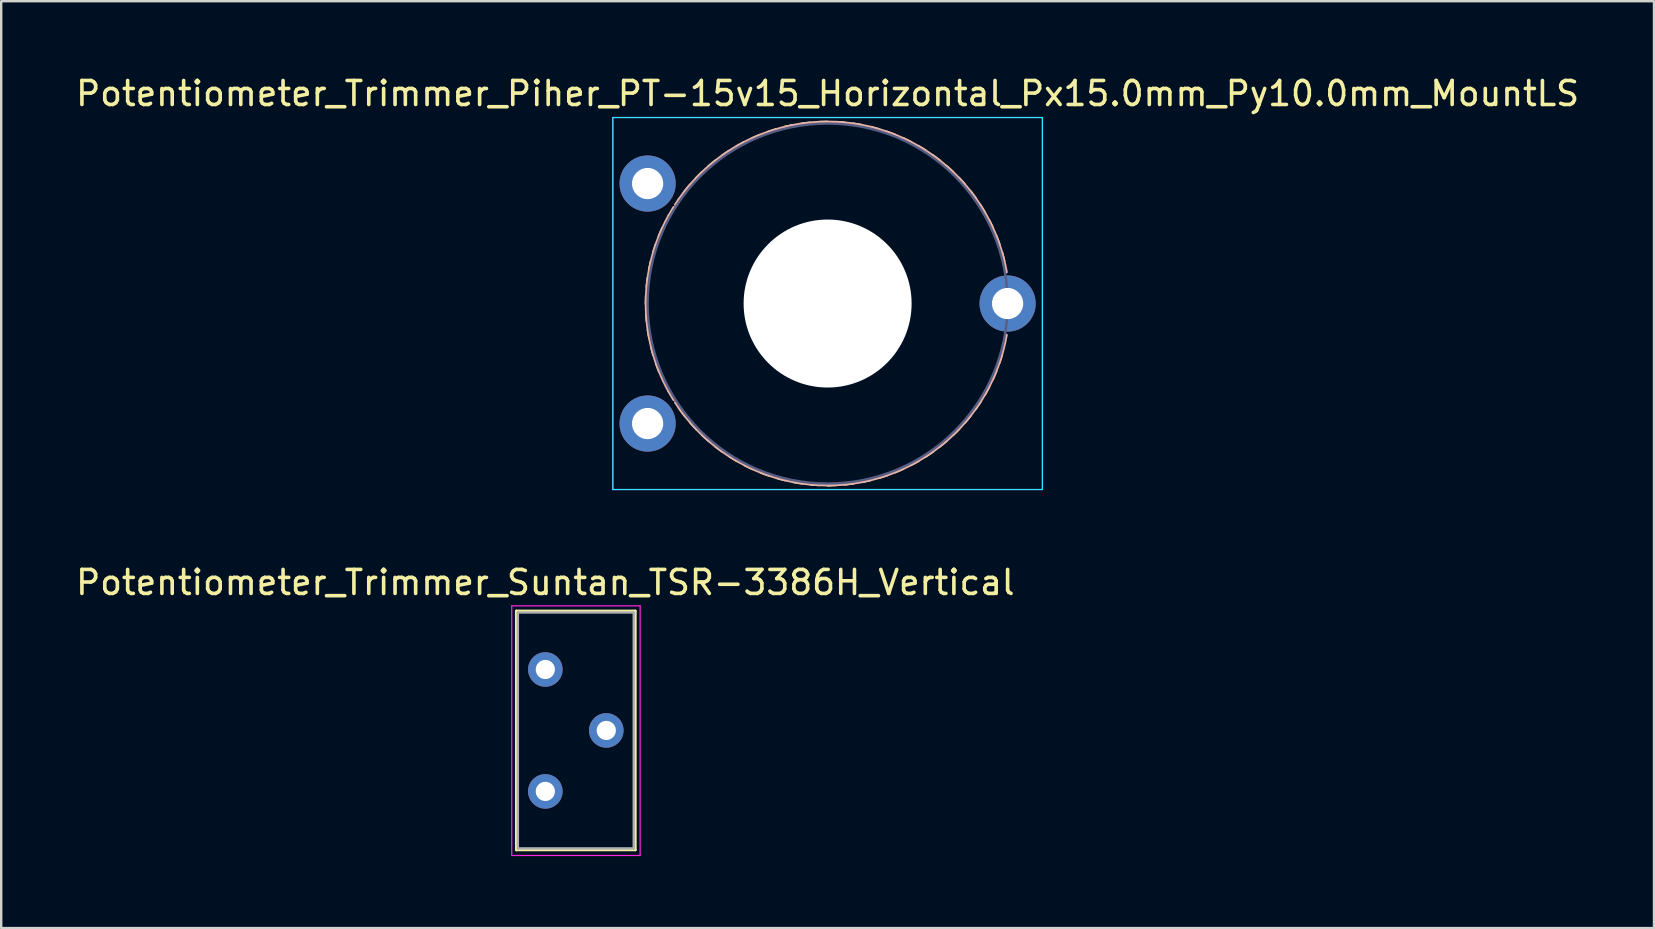
<source format=kicad_pcb>
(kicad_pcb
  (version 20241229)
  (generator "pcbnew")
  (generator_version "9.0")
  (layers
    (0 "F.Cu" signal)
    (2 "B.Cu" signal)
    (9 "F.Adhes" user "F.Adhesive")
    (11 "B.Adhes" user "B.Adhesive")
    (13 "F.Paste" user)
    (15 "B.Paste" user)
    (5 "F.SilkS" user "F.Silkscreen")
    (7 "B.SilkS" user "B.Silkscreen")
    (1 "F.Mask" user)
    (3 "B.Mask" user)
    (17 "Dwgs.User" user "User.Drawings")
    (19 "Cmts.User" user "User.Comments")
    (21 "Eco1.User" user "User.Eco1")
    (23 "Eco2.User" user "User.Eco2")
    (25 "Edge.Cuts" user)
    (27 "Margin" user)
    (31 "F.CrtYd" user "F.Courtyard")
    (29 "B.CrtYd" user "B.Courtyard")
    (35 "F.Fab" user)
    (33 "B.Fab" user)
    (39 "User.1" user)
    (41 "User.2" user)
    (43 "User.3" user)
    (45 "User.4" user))
  (footprint "Potentiometer_Trimmer_Piher_PT-15v15_Horizontal_Px15.0mm_Py10.0mm_MountLS"
    (layer "F.Cu")
    (at 23.935 14.598)
    (property "Reference" "Potentiometer_Trimmer_Piher_PT-15v15_Horizontal_Px15.0mm_Py10.0mm_MountLS" (at 7.5 -13.75 0) (layer "F.SilkS") (effects (font (size 1 1) (thickness 0.15))))
    (attr through_hole)
    (fp_arc (start -0.060867 -4.988822) (mid -0.059032 -5.166957) (end -0.053 -5.345) (stroke (width 0.12) (type solid)) (layer "F.SilkS"))
    (fp_arc (start -0.026718 -5.708229) (mid -0.007943 -5.88536) (end 0.015 -6.062) (stroke (width 0.12) (type solid)) (layer "F.SilkS"))
    (fp_arc (start -0.024953 -4.269715) (mid -0.04007 -4.447204) (end -0.051 -4.625) (stroke (width 0.12) (type solid)) (layer "F.SilkS"))
    (fp_arc (start 0.074828 -6.420804) (mid 0.110363 -6.595345) (end 0.15 -6.769) (stroke (width 0.12) (type solid)) (layer "F.SilkS"))
    (fp_arc (start 0.079697 -3.557855) (mid 0.04778 -3.733076) (end 0.02 -3.909) (stroke (width 0.12) (type solid)) (layer "F.SilkS"))
    (fp_arc (start 0.244053 -7.120552) (mid 0.296027 -7.290912) (end 0.352 -7.46) (stroke (width 0.12) (type solid)) (layer "F.SilkS"))
    (fp_arc (start 0.249802 -2.859092) (mid 0.201375 -3.030499) (end 0.157 -3.203) (stroke (width 0.12) (type solid)) (layer "F.SilkS"))
    (fp_arc (start 0.478291 -7.800341) (mid 0.546215 -7.964993) (end 0.618 -8.128) (stroke (width 0.12) (type solid)) (layer "F.SilkS"))
    (fp_arc (start 0.486126 -2.178469) (mid 0.421598 -2.344497) (end 0.361 -2.512) (stroke (width 0.12) (type solid)) (layer "F.SilkS"))
    (fp_arc (start 1.552598 -9.666019) (mid 1.664179 -9.804843) (end 1.779 -9.941) (stroke (width 0.12) (type solid)) (layer "F.SilkS"))
    (fp_arc (start 1.566046 -0.316273) (mid 1.457346 -0.457376) (end 1.352 -0.601) (stroke (width 0.12) (type solid)) (layer "F.SilkS"))
    (fp_arc (start 2.023411 -10.211803) (mid 2.14772 -10.339383) (end 2.275 -10.464) (stroke (width 0.12) (type solid)) (layer "F.SilkS"))
    (fp_arc (start 2.038166 0.22709) (mid 1.916533 0.09696) (end 1.798 -0.036) (stroke (width 0.12) (type solid)) (layer "F.SilkS"))
    (fp_arc (start 2.543574 -10.708858) (mid 2.679449 -10.824046) (end 2.818 -10.936) (stroke (width 0.12) (type solid)) (layer "F.SilkS"))
    (fp_arc (start 2.560109 0.723054) (mid 2.426646 0.605083) (end 2.296 0.484) (stroke (width 0.12) (type solid)) (layer "F.SilkS"))
    (fp_arc (start 3.109233 -11.153998) (mid 3.255438 -11.255735) (end 3.404 -11.354) (stroke (width 0.12) (type solid)) (layer "F.SilkS"))
    (fp_arc (start 3.126644 1.166859) (mid 2.982568 1.062112) (end 2.841 0.954) (stroke (width 0.12) (type solid)) (layer "F.SilkS"))
    (fp_arc (start 3.714536 -11.543945) (mid 3.86976 -11.631313) (end 4.027 -11.715) (stroke (width 0.12) (type solid)) (layer "F.SilkS"))
    (fp_arc (start 3.732589 1.554746) (mid 3.579206 1.464167) (end 3.428 1.37) (stroke (width 0.12) (type solid)) (layer "F.SilkS"))
    (fp_arc (start 4.353678 -11.874419) (mid 4.516511 -11.946637) (end 4.681 -12.015) (stroke (width 0.12) (type solid)) (layer "F.SilkS"))
    (fp_arc (start 4.37276 1.882954) (mid 4.211467 1.807366) (end 4.052 1.728) (stroke (width 0.12) (type solid)) (layer "F.SilkS"))
    (fp_arc (start 5.021806 -12.14219) (mid 5.190762 -12.198593) (end 5.361 -12.251) (stroke (width 0.12) (type solid)) (layer "F.SilkS"))
    (fp_arc (start 5.041071 2.149769) (mid 4.873306 2.089853) (end 4.707 2.026) (stroke (width 0.12) (type solid)) (layer "F.SilkS"))
    (fp_arc (start 5.711975 -12.345927) (mid 5.885539 -12.386013) (end 6.06 -12.422) (stroke (width 0.12) (type solid)) (layer "F.SilkS"))
    (fp_arc (start 5.73229 2.35043) (mid 5.559606 2.306743) (end 5.388 2.259) (stroke (width 0.12) (type solid)) (layer "F.SilkS"))
    (fp_arc (start 6.418332 -12.482353) (mid 6.594915 -12.50576) (end 6.772 -12.525) (stroke (width 0.12) (type solid)) (layer "F.SilkS"))
    (fp_arc (start 6.439427 2.485269) (mid 6.26337 2.458204) (end 6.088 2.427) (stroke (width 0.12) (type solid)) (layer "F.SilkS"))
    (fp_arc (start 7.134885 -12.551183) (mid 7.312891 -12.557689) (end 7.491 -12.56) (stroke (width 0.12) (type solid)) (layer "F.SilkS"))
    (fp_arc (start 7.156393 2.55257) (mid 6.978552 2.542378) (end 6.801 2.528) (stroke (width 0.12) (type solid)) (layer "F.SilkS"))
    (fp_arc (start 7.854642 -12.55209) (mid 8.032469 -12.541639) (end 8.21 -12.527) (stroke (width 0.12) (type solid)) (layer "F.SilkS"))
    (fp_arc (start 7.856125 2.551607) (mid 7.678112 2.557901) (end 7.5 2.56) (stroke (width 0.12) (type solid)) (layer "F.SilkS"))
    (fp_arc (start 8.570609 -12.484742) (mid 8.746651 -12.457441) (end 8.922 -12.426) (stroke (width 0.12) (type solid)) (layer "F.SilkS"))
    (fp_arc (start 8.572725 2.483776) (mid 8.396111 2.506972) (end 8.219 2.526) (stroke (width 0.12) (type solid)) (layer "F.SilkS"))
    (fp_arc (start 9.277793 -12.348904) (mid 9.450438 -12.30498) (end 9.622 -12.257) (stroke (width 0.12) (type solid)) (layer "F.SilkS"))
    (fp_arc (start 9.280129 2.348302) (mid 9.10651 2.388202) (end 8.932 2.424) (stroke (width 0.12) (type solid)) (layer "F.SilkS"))
    (fp_arc (start 9.968108 -12.146197) (mid 10.135786 -12.086065) (end 10.302 -12.022) (stroke (width 0.12) (type solid)) (layer "F.SilkS"))
    (fp_arc (start 9.970345 2.145563) (mid 9.801311 2.20178) (end 9.631 2.254) (stroke (width 0.12) (type solid)) (layer "F.SilkS"))
    (fp_arc (start 10.636419 -11.879383) (mid 10.797625 -11.80358) (end 10.957 -11.724) (stroke (width 0.12) (type solid)) (layer "F.SilkS"))
    (fp_arc (start 10.63852 1.878792) (mid 10.475586 1.950826) (end 10.311 2.019) (stroke (width 0.12) (type solid)) (layer "F.SilkS"))
    (fp_arc (start 11.276637 -11.550175) (mid 11.429909 -11.45938) (end 11.581 -11.365) (stroke (width 0.12) (type solid)) (layer "F.SilkS"))
    (fp_arc (start 11.278661 1.54827) (mid 11.123336 1.635477) (end 10.966 1.719) (stroke (width 0.12) (type solid)) (layer "F.SilkS"))
    (fp_arc (start 11.882629 -11.16129) (mid 12.026571 -11.056326) (end 12.168 -10.948) (stroke (width 0.12) (type solid)) (layer "F.SilkS"))
    (fp_arc (start 11.884011 1.159322) (mid 11.737682 1.260899) (end 11.589 1.359) (stroke (width 0.12) (type solid)) (layer "F.SilkS"))
    (fp_arc (start 12.448212 -10.716439) (mid 12.581517 -10.598274) (end 12.712 -10.477) (stroke (width 0.12) (type solid)) (layer "F.SilkS"))
    (fp_arc (start 12.449717 0.715181) (mid 12.313695 0.830209) (end 12.175 0.942) (stroke (width 0.12) (type solid)) (layer "F.SilkS"))
    (fp_arc (start 12.96925 -10.21843) (mid 13.090677 -10.088127) (end 13.209 -9.955) (stroke (width 0.12) (type solid)) (layer "F.SilkS"))
    (fp_arc (start 12.970879 0.218079) (mid 12.846424 0.345523) (end 12.719 0.47) (stroke (width 0.12) (type solid)) (layer "F.SilkS"))
    (fp_arc (start 13.44137 -9.675067) (mid 13.549864 -9.533792) (end 13.655 -9.39) (stroke (width 0.12) (type solid)) (layer "F.SilkS"))
    (fp_arc (start 13.442784 -0.325754) (mid 13.331011 -0.187041) (end 13.216 -0.051) (stroke (width 0.12) (type solid)) (layer "F.SilkS"))
    (fp_arc (start 13.858437 -9.089063) (mid 13.95301 -8.938125) (end 14.044 -8.785) (stroke (width 0.12) (type solid)) (layer "F.SilkS"))
    (fp_arc (start 13.859629 -0.912041) (mid 13.761553 -0.763345) (end 13.66 -0.617) (stroke (width 0.12) (type solid)) (layer "F.SilkS"))
    (fp_arc (start 14.219171 -8.466364) (mid 14.298973 -8.3071) (end 14.375 -8.146) (stroke (width 0.12) (type solid)) (layer "F.SilkS"))
    (fp_arc (start 14.219698 -1.534694) (mid 14.136191 -1.377341) (end 14.049 -1.222) (stroke (width 0.12) (type solid)) (layer "F.SilkS"))
    (fp_arc (start 14.518341 -7.81173) (mid 14.582637 -7.645599) (end 14.643 -7.478) (stroke (width 0.12) (type solid)) (layer "F.SilkS"))
    (fp_arc (start 14.519183 -2.189529) (mid 14.451021 -2.024939) (end 14.379 -1.862) (stroke (width 0.12) (type solid)) (layer "F.SilkS"))
    (fp_arc (start 14.753666 -7.13106) (mid 14.80186 -6.959574) (end 14.846 -6.787) (stroke (width 0.12) (type solid)) (layer "F.SilkS"))
    (fp_arc (start 14.75442 -2.869365) (mid 14.702209 -2.699044) (end 14.646 -2.53) (stroke (width 0.12) (type solid)) (layer "F.SilkS"))
    (fp_arc (start 0.888607 -1.335708) (mid -0.058939 -5.000405) (end 0.889 -8.665) (stroke (width 0.12) (type solid)) (layer "B.SilkS"))
    (fp_arc (start 0.889127 -8.665036) (mid 0.987332 -8.836833) (end 1.09 -9.006) (stroke (width 0.12) (type solid)) (layer "B.SilkS"))
    (fp_arc (start 1.088873 -0.993977) (mid 0.986204 -1.163174) (end 0.888 -1.335) (stroke (width 0.12) (type solid)) (layer "B.SilkS"))
    (fp_arc (start 1.160448 -9.117261) (mid 1.23327 -9.227274) (end 1.308 -9.336) (stroke (width 0.12) (type solid)) (layer "B.SilkS"))
    (fp_arc (start 1.307159 -9.337393) (mid 9.137331 -12.381288) (end 14.946 -6.312) (stroke (width 0.12) (type solid)) (layer "B.SilkS"))
    (fp_arc (start 1.307543 -0.664245) (mid 1.232817 -0.772979) (end 1.16 -0.883) (stroke (width 0.12) (type solid)) (layer "B.SilkS"))
    (fp_arc (start 7.631625 2.55889) (mid 4.067534 1.735898) (end 1.307 -0.664) (stroke (width 0.12) (type solid)) (layer "B.SilkS"))
    (fp_arc (start 14.945147 -3.68722) (mid 12.359475 0.791296) (end 7.5 2.56) (stroke (width 0.12) (type solid)) (layer "B.SilkS"))
    (fp_line (start -1.45 -12.75) (end -1.45 2.75) (stroke (width 0.05) (type solid)) (layer "B.CrtYd"))
    (fp_line (start -1.45 2.75) (end 16.45 2.75) (stroke (width 0.05) (type solid)) (layer "B.CrtYd"))
    (fp_line (start 16.45 -12.75) (end -1.45 -12.75) (stroke (width 0.05) (type solid)) (layer "B.CrtYd"))
    (fp_line (start 16.45 2.75) (end 16.45 -12.75) (stroke (width 0.05) (type solid)) (layer "B.CrtYd"))
    (fp_line (start -1.45 -12.75) (end -1.45 2.75) (stroke (width 0.05) (type solid)) (layer "F.CrtYd"))
    (fp_line (start -1.45 2.75) (end 16.45 2.75) (stroke (width 0.05) (type solid)) (layer "F.CrtYd"))
    (fp_line (start 16.45 -12.75) (end -1.45 -12.75) (stroke (width 0.05) (type solid)) (layer "F.CrtYd"))
    (fp_line (start 16.45 2.75) (end 16.45 -12.75) (stroke (width 0.05) (type solid)) (layer "F.CrtYd"))
    (fp_circle (center 7.5 -5) (end 9.7 -5) (stroke (width 0.1) (type solid)) (fill no) (layer "B.Fab"))
    (fp_circle (center 7.5 -5) (end 10.5 -5) (stroke (width 0.1) (type solid)) (fill no) (layer "B.Fab"))
    (fp_circle (center 7.5 -5) (end 15 -5) (stroke (width 0.1) (type solid)) (fill no) (layer "B.Fab"))
    (pad "" np_thru_hole circle (at 7.5 -5) (size 7 7) (drill 7) (layers "*.Cu" "*.Mask"))
    (pad "1" thru_hole circle (at 0 0) (size 2.34 2.34) (drill 1.3) (layers "*.Cu" "*.Mask"))
    (pad "2" thru_hole circle (at 15 -5) (size 2.34 2.34) (drill 1.3) (layers "*.Cu" "*.Mask"))
    (pad "3" thru_hole circle (at 0 -10) (size 2.34 2.34) (drill 1.3) (layers "*.Cu" "*.Mask")))
  (footprint "Potentiometer_Trimmer_Suntan_TSR-3386H_Vertical"
    (layer "F.Cu")
    (at 19.673 24.846)
    (property "Reference" "Potentiometer_Trimmer_Suntan_TSR-3386H_Vertical" (at 0 -3.625 0) (layer "F.SilkS") (effects (font (size 1 1) (thickness 0.15))))
    (attr through_hole)
    (fp_line (start -1.205 -2.435) (end -1.205 7.515) (stroke (width 0.12) (type solid)) (layer "F.SilkS"))
    (fp_line (start -1.205 -2.435) (end 3.745 -2.435) (stroke (width 0.12) (type solid)) (layer "F.SilkS"))
    (fp_line (start -1.205 7.515) (end 3.745 7.515) (stroke (width 0.12) (type solid)) (layer "F.SilkS"))
    (fp_line (start 3.745 -2.435) (end 3.745 7.515) (stroke (width 0.12) (type solid)) (layer "F.SilkS"))
    (fp_line (start -1.4 -2.65) (end -1.4 7.75) (stroke (width 0.05) (type solid)) (layer "F.CrtYd"))
    (fp_line (start -1.4 7.75) (end 3.95 7.75) (stroke (width 0.05) (type solid)) (layer "F.CrtYd"))
    (fp_line (start 3.95 -2.65) (end -1.4 -2.65) (stroke (width 0.05) (type solid)) (layer "F.CrtYd"))
    (fp_line (start 3.95 7.75) (end 3.95 -2.65) (stroke (width 0.05) (type solid)) (layer "F.CrtYd"))
    (fp_line (start -1.145 -2.375) (end 3.685 -2.375) (stroke (width 0.1) (type solid)) (layer "F.Fab"))
    (fp_line (start -1.145 7.455) (end -1.145 -2.375) (stroke (width 0.1) (type solid)) (layer "F.Fab"))
    (fp_line (start 3.685 -2.375) (end 3.685 7.455) (stroke (width 0.1) (type solid)) (layer "F.Fab"))
    (fp_line (start 3.685 7.455) (end -1.145 7.455) (stroke (width 0.1) (type solid)) (layer "F.Fab"))
    (pad "1" thru_hole circle (at 0 0) (size 1.44 1.44) (drill 0.8) (layers "*.Cu" "*.Mask"))
    (pad "2" thru_hole circle (at 2.54 2.54) (size 1.44 1.44) (drill 0.8) (layers "*.Cu" "*.Mask"))
    (pad "3" thru_hole circle (at 0 5.08) (size 1.44 1.44) (drill 0.8) (layers "*.Cu" "*.Mask")))
  (gr_rect
    (start -3 -3)
    (end 65.869 35.621)
    (stroke (width 0.1) (type default))
    (fill no)
    (layer "Edge.Cuts")))
</source>
